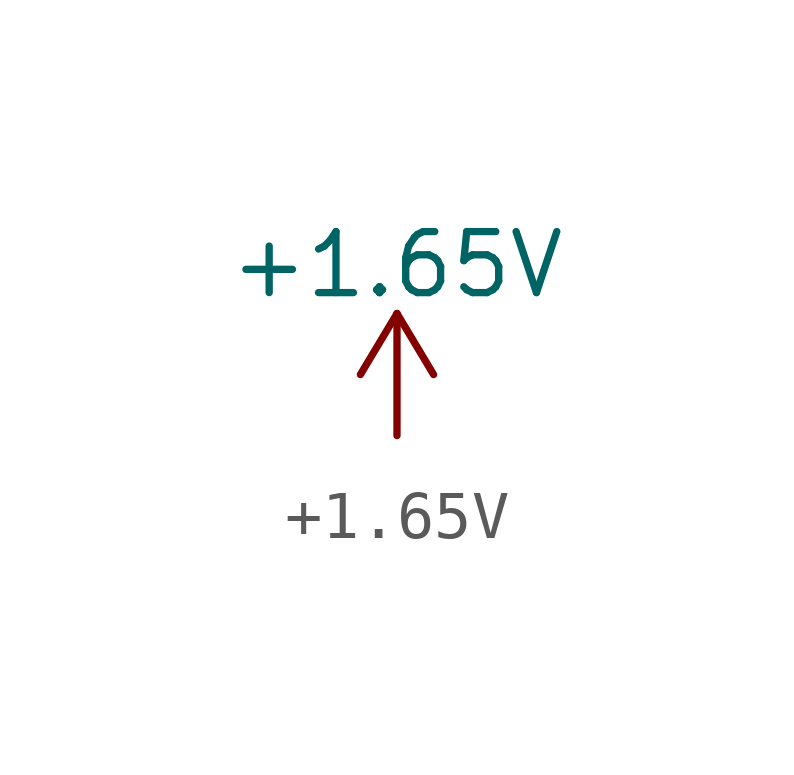
<source format=kicad_sym>
(kicad_symbol_lib
  (version 20220914)
  (generator kicad_symbol_editor)
  (symbol "+1.65V"
    (power)
    (pin_names
      (offset 0))
    (property "Reference" "#PWR"
      (at 3.81 -2.54 0)
      (effects (font (size 1.27 1.27)) hide))
    (property "Value" "+1.65V"
      (at 0 3.556 0)
      (effects (font (size 1.27 1.27))))
    (symbol "+1.65V_0_1"
      (polyline (pts (xy -0.762 1.27) (xy 0 2.54)) (stroke (width 0) (type default)) (fill (type none)))
      (polyline (pts (xy 0 0) (xy 0 2.54)) (stroke (width 0) (type default)) (fill (type none)))
      (polyline (pts (xy 0 2.54) (xy 0.762 1.27)) (stroke (width 0) (type default)) (fill (type none))))
    (symbol "+1.65V_1_1"
      (pin power_in line (at 0 0 180) (length 0) hide (name "+1.65V" (effects (font (size 1.27 1.27)))) (number "1" (effects (font (size 1.27 1.27))))))))
</source>
